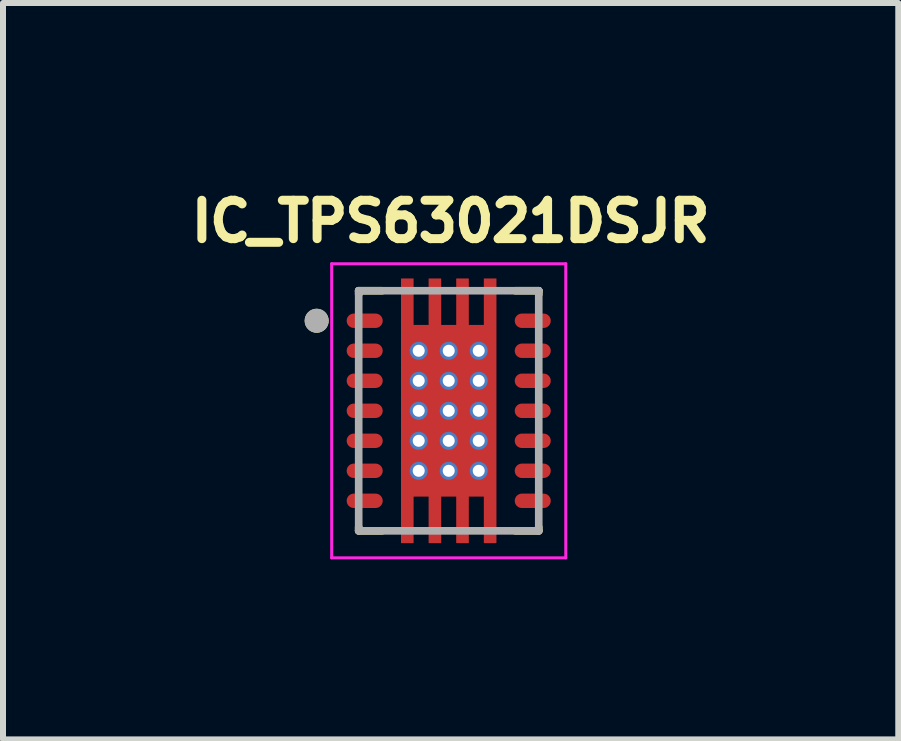
<source format=kicad_pcb>
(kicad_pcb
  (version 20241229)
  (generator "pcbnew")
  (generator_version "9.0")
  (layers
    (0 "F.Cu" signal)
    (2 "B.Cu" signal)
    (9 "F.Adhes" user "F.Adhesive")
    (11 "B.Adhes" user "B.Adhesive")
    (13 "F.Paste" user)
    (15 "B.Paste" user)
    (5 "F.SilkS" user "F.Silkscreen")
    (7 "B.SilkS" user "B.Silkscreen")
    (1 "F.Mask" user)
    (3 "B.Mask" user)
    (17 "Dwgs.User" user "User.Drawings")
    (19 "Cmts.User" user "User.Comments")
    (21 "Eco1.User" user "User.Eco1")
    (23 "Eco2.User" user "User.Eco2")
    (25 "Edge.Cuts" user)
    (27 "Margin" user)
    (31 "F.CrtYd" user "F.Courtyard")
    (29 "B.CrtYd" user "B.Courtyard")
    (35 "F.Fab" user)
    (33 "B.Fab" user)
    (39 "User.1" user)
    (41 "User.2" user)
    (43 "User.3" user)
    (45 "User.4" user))
  (footprint "IC_TPS63021DSJR"
    (layer "F.Cu")
    (at 4.426 3.794)
    (property "Reference" "IC_TPS63021DSJR" (at 0.032 -3.156 0) (layer "F.SilkS") (effects (font (size 0.64 0.64) (thickness 0.15))))
    (attr through_hole)
    (fp_poly (pts (xy -0.86 -2.27) (xy -0.52 -2.27) (xy -0.52 -1.495) (xy -0.4 -1.495) (xy -0.4 -2.27) (xy -0.06 -2.27) (xy -0.06 -1.495) (xy 0.06 -1.495) (xy 0.06 -2.27) (xy 0.4 -2.27) (xy 0.4 -1.495) (xy 0.52 -1.495) (xy 0.52 -2.27) (xy 0.86 -2.27) (xy 0.86 2.27) (xy 0.52 2.27) (xy 0.52 1.495) (xy 0.4 1.495) (xy 0.4 2.27) (xy 0.06 2.27) (xy 0.06 1.495) (xy -0.06 1.495) (xy -0.06 2.27) (xy -0.4 2.27) (xy -0.4 1.495) (xy -0.52 1.495) (xy -0.52 2.27) (xy -0.86 2.27)) (stroke (width 0.01) (type solid)) (fill yes) (layer "F.Mask"))
    (fp_poly (pts (xy -1.22 -1.69) (xy -1.21 -1.69) (xy -1.2 -1.689) (xy -1.19 -1.688) (xy -1.18 -1.686) (xy -1.171 -1.684) (xy -1.161 -1.681) (xy -1.152 -1.677) (xy -1.143 -1.674) (xy -1.134 -1.669) (xy -1.125 -1.665) (xy -1.117 -1.659) (xy -1.108 -1.654) (xy -1.1 -1.648) (xy -1.093 -1.641) (xy -1.086 -1.634) (xy -1.079 -1.627) (xy -1.072 -1.62) (xy -1.066 -1.612) (xy -1.061 -1.603) (xy -1.055 -1.595) (xy -1.051 -1.586) (xy -1.046 -1.577) (xy -1.043 -1.568) (xy -1.039 -1.559) (xy -1.036 -1.549) (xy -1.034 -1.54) (xy -1.032 -1.53) (xy -1.031 -1.52) (xy -1.03 -1.51) (xy -1.03 -1.5) (xy -1.03 -1.49) (xy -1.031 -1.48) (xy -1.032 -1.47) (xy -1.034 -1.46) (xy -1.036 -1.451) (xy -1.039 -1.441) (xy -1.043 -1.432) (xy -1.046 -1.423) (xy -1.051 -1.414) (xy -1.055 -1.405) (xy -1.061 -1.397) (xy -1.066 -1.388) (xy -1.072 -1.38) (xy -1.079 -1.373) (xy -1.086 -1.366) (xy -1.093 -1.359) (xy -1.1 -1.352) (xy -1.108 -1.346) (xy -1.117 -1.341) (xy -1.125 -1.335) (xy -1.134 -1.331) (xy -1.143 -1.326) (xy -1.152 -1.323) (xy -1.161 -1.319) (xy -1.171 -1.316) (xy -1.18 -1.314) (xy -1.19 -1.312) (xy -1.2 -1.311) (xy -1.21 -1.31) (xy -1.22 -1.31) (xy -1.58 -1.31) (xy -1.59 -1.31) (xy -1.6 -1.311) (xy -1.61 -1.312) (xy -1.62 -1.314) (xy -1.629 -1.316) (xy -1.639 -1.319) (xy -1.648 -1.323) (xy -1.657 -1.326) (xy -1.666 -1.331) (xy -1.675 -1.335) (xy -1.683 -1.341) (xy -1.692 -1.346) (xy -1.7 -1.352) (xy -1.707 -1.359) (xy -1.714 -1.366) (xy -1.721 -1.373) (xy -1.728 -1.38) (xy -1.734 -1.388) (xy -1.739 -1.397) (xy -1.745 -1.405) (xy -1.749 -1.414) (xy -1.754 -1.423) (xy -1.757 -1.432) (xy -1.761 -1.441) (xy -1.764 -1.451) (xy -1.766 -1.46) (xy -1.768 -1.47) (xy -1.769 -1.48) (xy -1.77 -1.49) (xy -1.77 -1.5) (xy -1.77 -1.51) (xy -1.769 -1.52) (xy -1.768 -1.53) (xy -1.766 -1.54) (xy -1.764 -1.549) (xy -1.761 -1.559) (xy -1.757 -1.568) (xy -1.754 -1.577) (xy -1.749 -1.586) (xy -1.745 -1.595) (xy -1.739 -1.603) (xy -1.734 -1.612) (xy -1.728 -1.62) (xy -1.721 -1.627) (xy -1.714 -1.634) (xy -1.707 -1.641) (xy -1.7 -1.648) (xy -1.692 -1.654) (xy -1.683 -1.659) (xy -1.675 -1.665) (xy -1.666 -1.669) (xy -1.657 -1.674) (xy -1.648 -1.677) (xy -1.639 -1.681) (xy -1.629 -1.684) (xy -1.62 -1.686) (xy -1.61 -1.688) (xy -1.6 -1.689) (xy -1.59 -1.69) (xy -1.58 -1.69) (xy -1.22 -1.69)) (stroke (width 0.01) (type solid)) (fill yes) (layer "F.Mask"))
    (fp_poly (pts (xy -1.22 -1.19) (xy -1.21 -1.19) (xy -1.2 -1.189) (xy -1.19 -1.188) (xy -1.18 -1.186) (xy -1.171 -1.184) (xy -1.161 -1.181) (xy -1.152 -1.177) (xy -1.143 -1.174) (xy -1.134 -1.169) (xy -1.125 -1.165) (xy -1.117 -1.159) (xy -1.108 -1.154) (xy -1.1 -1.148) (xy -1.093 -1.141) (xy -1.086 -1.134) (xy -1.079 -1.127) (xy -1.072 -1.12) (xy -1.066 -1.112) (xy -1.061 -1.103) (xy -1.055 -1.095) (xy -1.051 -1.086) (xy -1.046 -1.077) (xy -1.043 -1.068) (xy -1.039 -1.059) (xy -1.036 -1.049) (xy -1.034 -1.04) (xy -1.032 -1.03) (xy -1.031 -1.02) (xy -1.03 -1.01) (xy -1.03 -1) (xy -1.03 -0.99) (xy -1.031 -0.98) (xy -1.032 -0.97) (xy -1.034 -0.96) (xy -1.036 -0.951) (xy -1.039 -0.941) (xy -1.043 -0.932) (xy -1.046 -0.923) (xy -1.051 -0.914) (xy -1.055 -0.905) (xy -1.061 -0.897) (xy -1.066 -0.888) (xy -1.072 -0.88) (xy -1.079 -0.873) (xy -1.086 -0.866) (xy -1.093 -0.859) (xy -1.1 -0.852) (xy -1.108 -0.846) (xy -1.117 -0.841) (xy -1.125 -0.835) (xy -1.134 -0.831) (xy -1.143 -0.826) (xy -1.152 -0.823) (xy -1.161 -0.819) (xy -1.171 -0.816) (xy -1.18 -0.814) (xy -1.19 -0.812) (xy -1.2 -0.811) (xy -1.21 -0.81) (xy -1.22 -0.81) (xy -1.58 -0.81) (xy -1.59 -0.81) (xy -1.6 -0.811) (xy -1.61 -0.812) (xy -1.62 -0.814) (xy -1.629 -0.816) (xy -1.639 -0.819) (xy -1.648 -0.823) (xy -1.657 -0.826) (xy -1.666 -0.831) (xy -1.675 -0.835) (xy -1.683 -0.841) (xy -1.692 -0.846) (xy -1.7 -0.852) (xy -1.707 -0.859) (xy -1.714 -0.866) (xy -1.721 -0.873) (xy -1.728 -0.88) (xy -1.734 -0.888) (xy -1.739 -0.897) (xy -1.745 -0.905) (xy -1.749 -0.914) (xy -1.754 -0.923) (xy -1.757 -0.932) (xy -1.761 -0.941) (xy -1.764 -0.951) (xy -1.766 -0.96) (xy -1.768 -0.97) (xy -1.769 -0.98) (xy -1.77 -0.99) (xy -1.77 -1) (xy -1.77 -1.01) (xy -1.769 -1.02) (xy -1.768 -1.03) (xy -1.766 -1.04) (xy -1.764 -1.049) (xy -1.761 -1.059) (xy -1.757 -1.068) (xy -1.754 -1.077) (xy -1.749 -1.086) (xy -1.745 -1.095) (xy -1.739 -1.103) (xy -1.734 -1.112) (xy -1.728 -1.12) (xy -1.721 -1.127) (xy -1.714 -1.134) (xy -1.707 -1.141) (xy -1.7 -1.148) (xy -1.692 -1.154) (xy -1.683 -1.159) (xy -1.675 -1.165) (xy -1.666 -1.169) (xy -1.657 -1.174) (xy -1.648 -1.177) (xy -1.639 -1.181) (xy -1.629 -1.184) (xy -1.62 -1.186) (xy -1.61 -1.188) (xy -1.6 -1.189) (xy -1.59 -1.19) (xy -1.58 -1.19) (xy -1.22 -1.19)) (stroke (width 0.01) (type solid)) (fill yes) (layer "F.Mask"))
    (fp_poly (pts (xy -1.22 -0.69) (xy -1.21 -0.69) (xy -1.2 -0.689) (xy -1.19 -0.688) (xy -1.18 -0.686) (xy -1.171 -0.684) (xy -1.161 -0.681) (xy -1.152 -0.677) (xy -1.143 -0.674) (xy -1.134 -0.669) (xy -1.125 -0.665) (xy -1.117 -0.659) (xy -1.108 -0.654) (xy -1.1 -0.648) (xy -1.093 -0.641) (xy -1.086 -0.634) (xy -1.079 -0.627) (xy -1.072 -0.62) (xy -1.066 -0.612) (xy -1.061 -0.603) (xy -1.055 -0.595) (xy -1.051 -0.586) (xy -1.046 -0.577) (xy -1.043 -0.568) (xy -1.039 -0.559) (xy -1.036 -0.549) (xy -1.034 -0.54) (xy -1.032 -0.53) (xy -1.031 -0.52) (xy -1.03 -0.51) (xy -1.03 -0.5) (xy -1.03 -0.49) (xy -1.031 -0.48) (xy -1.032 -0.47) (xy -1.034 -0.46) (xy -1.036 -0.451) (xy -1.039 -0.441) (xy -1.043 -0.432) (xy -1.046 -0.423) (xy -1.051 -0.414) (xy -1.055 -0.405) (xy -1.061 -0.397) (xy -1.066 -0.388) (xy -1.072 -0.38) (xy -1.079 -0.373) (xy -1.086 -0.366) (xy -1.093 -0.359) (xy -1.1 -0.352) (xy -1.108 -0.346) (xy -1.117 -0.341) (xy -1.125 -0.335) (xy -1.134 -0.331) (xy -1.143 -0.326) (xy -1.152 -0.323) (xy -1.161 -0.319) (xy -1.171 -0.316) (xy -1.18 -0.314) (xy -1.19 -0.312) (xy -1.2 -0.311) (xy -1.21 -0.31) (xy -1.22 -0.31) (xy -1.58 -0.31) (xy -1.59 -0.31) (xy -1.6 -0.311) (xy -1.61 -0.312) (xy -1.62 -0.314) (xy -1.629 -0.316) (xy -1.639 -0.319) (xy -1.648 -0.323) (xy -1.657 -0.326) (xy -1.666 -0.331) (xy -1.675 -0.335) (xy -1.683 -0.341) (xy -1.692 -0.346) (xy -1.7 -0.352) (xy -1.707 -0.359) (xy -1.714 -0.366) (xy -1.721 -0.373) (xy -1.728 -0.38) (xy -1.734 -0.388) (xy -1.739 -0.397) (xy -1.745 -0.405) (xy -1.749 -0.414) (xy -1.754 -0.423) (xy -1.757 -0.432) (xy -1.761 -0.441) (xy -1.764 -0.451) (xy -1.766 -0.46) (xy -1.768 -0.47) (xy -1.769 -0.48) (xy -1.77 -0.49) (xy -1.77 -0.5) (xy -1.77 -0.51) (xy -1.769 -0.52) (xy -1.768 -0.53) (xy -1.766 -0.54) (xy -1.764 -0.549) (xy -1.761 -0.559) (xy -1.757 -0.568) (xy -1.754 -0.577) (xy -1.749 -0.586) (xy -1.745 -0.595) (xy -1.739 -0.603) (xy -1.734 -0.612) (xy -1.728 -0.62) (xy -1.721 -0.627) (xy -1.714 -0.634) (xy -1.707 -0.641) (xy -1.7 -0.648) (xy -1.692 -0.654) (xy -1.683 -0.659) (xy -1.675 -0.665) (xy -1.666 -0.669) (xy -1.657 -0.674) (xy -1.648 -0.677) (xy -1.639 -0.681) (xy -1.629 -0.684) (xy -1.62 -0.686) (xy -1.61 -0.688) (xy -1.6 -0.689) (xy -1.59 -0.69) (xy -1.58 -0.69) (xy -1.22 -0.69)) (stroke (width 0.01) (type solid)) (fill yes) (layer "F.Mask"))
    (fp_poly (pts (xy -1.22 -0.19) (xy -1.21 -0.19) (xy -1.2 -0.189) (xy -1.19 -0.188) (xy -1.18 -0.186) (xy -1.171 -0.184) (xy -1.161 -0.181) (xy -1.152 -0.177) (xy -1.143 -0.174) (xy -1.134 -0.169) (xy -1.125 -0.165) (xy -1.117 -0.159) (xy -1.108 -0.154) (xy -1.1 -0.148) (xy -1.093 -0.141) (xy -1.086 -0.134) (xy -1.079 -0.127) (xy -1.072 -0.12) (xy -1.066 -0.112) (xy -1.061 -0.103) (xy -1.055 -0.095) (xy -1.051 -0.086) (xy -1.046 -0.077) (xy -1.043 -0.068) (xy -1.039 -0.059) (xy -1.036 -0.049) (xy -1.034 -0.04) (xy -1.032 -0.03) (xy -1.031 -0.02) (xy -1.03 -0.01) (xy -1.03 0) (xy -1.03 0.01) (xy -1.031 0.02) (xy -1.032 0.03) (xy -1.034 0.04) (xy -1.036 0.049) (xy -1.039 0.059) (xy -1.043 0.068) (xy -1.046 0.077) (xy -1.051 0.086) (xy -1.055 0.095) (xy -1.061 0.103) (xy -1.066 0.112) (xy -1.072 0.12) (xy -1.079 0.127) (xy -1.086 0.134) (xy -1.093 0.141) (xy -1.1 0.148) (xy -1.108 0.154) (xy -1.117 0.159) (xy -1.125 0.165) (xy -1.134 0.169) (xy -1.143 0.174) (xy -1.152 0.177) (xy -1.161 0.181) (xy -1.171 0.184) (xy -1.18 0.186) (xy -1.19 0.188) (xy -1.2 0.189) (xy -1.21 0.19) (xy -1.22 0.19) (xy -1.58 0.19) (xy -1.59 0.19) (xy -1.6 0.189) (xy -1.61 0.188) (xy -1.62 0.186) (xy -1.629 0.184) (xy -1.639 0.181) (xy -1.648 0.177) (xy -1.657 0.174) (xy -1.666 0.169) (xy -1.675 0.165) (xy -1.683 0.159) (xy -1.692 0.154) (xy -1.7 0.148) (xy -1.707 0.141) (xy -1.714 0.134) (xy -1.721 0.127) (xy -1.728 0.12) (xy -1.734 0.112) (xy -1.739 0.103) (xy -1.745 0.095) (xy -1.749 0.086) (xy -1.754 0.077) (xy -1.757 0.068) (xy -1.761 0.059) (xy -1.764 0.049) (xy -1.766 0.04) (xy -1.768 0.03) (xy -1.769 0.02) (xy -1.77 0.01) (xy -1.77 0) (xy -1.77 -0.01) (xy -1.769 -0.02) (xy -1.768 -0.03) (xy -1.766 -0.04) (xy -1.764 -0.049) (xy -1.761 -0.059) (xy -1.757 -0.068) (xy -1.754 -0.077) (xy -1.749 -0.086) (xy -1.745 -0.095) (xy -1.739 -0.103) (xy -1.734 -0.112) (xy -1.728 -0.12) (xy -1.721 -0.127) (xy -1.714 -0.134) (xy -1.707 -0.141) (xy -1.7 -0.148) (xy -1.692 -0.154) (xy -1.683 -0.159) (xy -1.675 -0.165) (xy -1.666 -0.169) (xy -1.657 -0.174) (xy -1.648 -0.177) (xy -1.639 -0.181) (xy -1.629 -0.184) (xy -1.62 -0.186) (xy -1.61 -0.188) (xy -1.6 -0.189) (xy -1.59 -0.19) (xy -1.58 -0.19) (xy -1.22 -0.19)) (stroke (width 0.01) (type solid)) (fill yes) (layer "F.Mask"))
    (fp_poly (pts (xy -1.22 0.31) (xy -1.21 0.31) (xy -1.2 0.311) (xy -1.19 0.312) (xy -1.18 0.314) (xy -1.171 0.316) (xy -1.161 0.319) (xy -1.152 0.323) (xy -1.143 0.326) (xy -1.134 0.331) (xy -1.125 0.335) (xy -1.117 0.341) (xy -1.108 0.346) (xy -1.1 0.352) (xy -1.093 0.359) (xy -1.086 0.366) (xy -1.079 0.373) (xy -1.072 0.38) (xy -1.066 0.388) (xy -1.061 0.397) (xy -1.055 0.405) (xy -1.051 0.414) (xy -1.046 0.423) (xy -1.043 0.432) (xy -1.039 0.441) (xy -1.036 0.451) (xy -1.034 0.46) (xy -1.032 0.47) (xy -1.031 0.48) (xy -1.03 0.49) (xy -1.03 0.5) (xy -1.03 0.51) (xy -1.031 0.52) (xy -1.032 0.53) (xy -1.034 0.54) (xy -1.036 0.549) (xy -1.039 0.559) (xy -1.043 0.568) (xy -1.046 0.577) (xy -1.051 0.586) (xy -1.055 0.595) (xy -1.061 0.603) (xy -1.066 0.612) (xy -1.072 0.62) (xy -1.079 0.627) (xy -1.086 0.634) (xy -1.093 0.641) (xy -1.1 0.648) (xy -1.108 0.654) (xy -1.117 0.659) (xy -1.125 0.665) (xy -1.134 0.669) (xy -1.143 0.674) (xy -1.152 0.677) (xy -1.161 0.681) (xy -1.171 0.684) (xy -1.18 0.686) (xy -1.19 0.688) (xy -1.2 0.689) (xy -1.21 0.69) (xy -1.22 0.69) (xy -1.58 0.69) (xy -1.59 0.69) (xy -1.6 0.689) (xy -1.61 0.688) (xy -1.62 0.686) (xy -1.629 0.684) (xy -1.639 0.681) (xy -1.648 0.677) (xy -1.657 0.674) (xy -1.666 0.669) (xy -1.675 0.665) (xy -1.683 0.659) (xy -1.692 0.654) (xy -1.7 0.648) (xy -1.707 0.641) (xy -1.714 0.634) (xy -1.721 0.627) (xy -1.728 0.62) (xy -1.734 0.612) (xy -1.739 0.603) (xy -1.745 0.595) (xy -1.749 0.586) (xy -1.754 0.577) (xy -1.757 0.568) (xy -1.761 0.559) (xy -1.764 0.549) (xy -1.766 0.54) (xy -1.768 0.53) (xy -1.769 0.52) (xy -1.77 0.51) (xy -1.77 0.5) (xy -1.77 0.49) (xy -1.769 0.48) (xy -1.768 0.47) (xy -1.766 0.46) (xy -1.764 0.451) (xy -1.761 0.441) (xy -1.757 0.432) (xy -1.754 0.423) (xy -1.749 0.414) (xy -1.745 0.405) (xy -1.739 0.397) (xy -1.734 0.388) (xy -1.728 0.38) (xy -1.721 0.373) (xy -1.714 0.366) (xy -1.707 0.359) (xy -1.7 0.352) (xy -1.692 0.346) (xy -1.683 0.341) (xy -1.675 0.335) (xy -1.666 0.331) (xy -1.657 0.326) (xy -1.648 0.323) (xy -1.639 0.319) (xy -1.629 0.316) (xy -1.62 0.314) (xy -1.61 0.312) (xy -1.6 0.311) (xy -1.59 0.31) (xy -1.58 0.31) (xy -1.22 0.31)) (stroke (width 0.01) (type solid)) (fill yes) (layer "F.Mask"))
    (fp_poly (pts (xy -1.22 0.81) (xy -1.21 0.81) (xy -1.2 0.811) (xy -1.19 0.812) (xy -1.18 0.814) (xy -1.171 0.816) (xy -1.161 0.819) (xy -1.152 0.823) (xy -1.143 0.826) (xy -1.134 0.831) (xy -1.125 0.835) (xy -1.117 0.841) (xy -1.108 0.846) (xy -1.1 0.852) (xy -1.093 0.859) (xy -1.086 0.866) (xy -1.079 0.873) (xy -1.072 0.88) (xy -1.066 0.888) (xy -1.061 0.897) (xy -1.055 0.905) (xy -1.051 0.914) (xy -1.046 0.923) (xy -1.043 0.932) (xy -1.039 0.941) (xy -1.036 0.951) (xy -1.034 0.96) (xy -1.032 0.97) (xy -1.031 0.98) (xy -1.03 0.99) (xy -1.03 1) (xy -1.03 1.01) (xy -1.031 1.02) (xy -1.032 1.03) (xy -1.034 1.04) (xy -1.036 1.049) (xy -1.039 1.059) (xy -1.043 1.068) (xy -1.046 1.077) (xy -1.051 1.086) (xy -1.055 1.095) (xy -1.061 1.103) (xy -1.066 1.112) (xy -1.072 1.12) (xy -1.079 1.127) (xy -1.086 1.134) (xy -1.093 1.141) (xy -1.1 1.148) (xy -1.108 1.154) (xy -1.117 1.159) (xy -1.125 1.165) (xy -1.134 1.169) (xy -1.143 1.174) (xy -1.152 1.177) (xy -1.161 1.181) (xy -1.171 1.184) (xy -1.18 1.186) (xy -1.19 1.188) (xy -1.2 1.189) (xy -1.21 1.19) (xy -1.22 1.19) (xy -1.58 1.19) (xy -1.59 1.19) (xy -1.6 1.189) (xy -1.61 1.188) (xy -1.62 1.186) (xy -1.629 1.184) (xy -1.639 1.181) (xy -1.648 1.177) (xy -1.657 1.174) (xy -1.666 1.169) (xy -1.675 1.165) (xy -1.683 1.159) (xy -1.692 1.154) (xy -1.7 1.148) (xy -1.707 1.141) (xy -1.714 1.134) (xy -1.721 1.127) (xy -1.728 1.12) (xy -1.734 1.112) (xy -1.739 1.103) (xy -1.745 1.095) (xy -1.749 1.086) (xy -1.754 1.077) (xy -1.757 1.068) (xy -1.761 1.059) (xy -1.764 1.049) (xy -1.766 1.04) (xy -1.768 1.03) (xy -1.769 1.02) (xy -1.77 1.01) (xy -1.77 1) (xy -1.77 0.99) (xy -1.769 0.98) (xy -1.768 0.97) (xy -1.766 0.96) (xy -1.764 0.951) (xy -1.761 0.941) (xy -1.757 0.932) (xy -1.754 0.923) (xy -1.749 0.914) (xy -1.745 0.905) (xy -1.739 0.897) (xy -1.734 0.888) (xy -1.728 0.88) (xy -1.721 0.873) (xy -1.714 0.866) (xy -1.707 0.859) (xy -1.7 0.852) (xy -1.692 0.846) (xy -1.683 0.841) (xy -1.675 0.835) (xy -1.666 0.831) (xy -1.657 0.826) (xy -1.648 0.823) (xy -1.639 0.819) (xy -1.629 0.816) (xy -1.62 0.814) (xy -1.61 0.812) (xy -1.6 0.811) (xy -1.59 0.81) (xy -1.58 0.81) (xy -1.22 0.81)) (stroke (width 0.01) (type solid)) (fill yes) (layer "F.Mask"))
    (fp_poly (pts (xy -1.22 1.31) (xy -1.21 1.31) (xy -1.2 1.311) (xy -1.19 1.312) (xy -1.18 1.314) (xy -1.171 1.316) (xy -1.161 1.319) (xy -1.152 1.323) (xy -1.143 1.326) (xy -1.134 1.331) (xy -1.125 1.335) (xy -1.117 1.341) (xy -1.108 1.346) (xy -1.1 1.352) (xy -1.093 1.359) (xy -1.086 1.366) (xy -1.079 1.373) (xy -1.072 1.38) (xy -1.066 1.388) (xy -1.061 1.397) (xy -1.055 1.405) (xy -1.051 1.414) (xy -1.046 1.423) (xy -1.043 1.432) (xy -1.039 1.441) (xy -1.036 1.451) (xy -1.034 1.46) (xy -1.032 1.47) (xy -1.031 1.48) (xy -1.03 1.49) (xy -1.03 1.5) (xy -1.03 1.51) (xy -1.031 1.52) (xy -1.032 1.53) (xy -1.034 1.54) (xy -1.036 1.549) (xy -1.039 1.559) (xy -1.043 1.568) (xy -1.046 1.577) (xy -1.051 1.586) (xy -1.055 1.595) (xy -1.061 1.603) (xy -1.066 1.612) (xy -1.072 1.62) (xy -1.079 1.627) (xy -1.086 1.634) (xy -1.093 1.641) (xy -1.1 1.648) (xy -1.108 1.654) (xy -1.117 1.659) (xy -1.125 1.665) (xy -1.134 1.669) (xy -1.143 1.674) (xy -1.152 1.677) (xy -1.161 1.681) (xy -1.171 1.684) (xy -1.18 1.686) (xy -1.19 1.688) (xy -1.2 1.689) (xy -1.21 1.69) (xy -1.22 1.69) (xy -1.58 1.69) (xy -1.59 1.69) (xy -1.6 1.689) (xy -1.61 1.688) (xy -1.62 1.686) (xy -1.629 1.684) (xy -1.639 1.681) (xy -1.648 1.677) (xy -1.657 1.674) (xy -1.666 1.669) (xy -1.675 1.665) (xy -1.683 1.659) (xy -1.692 1.654) (xy -1.7 1.648) (xy -1.707 1.641) (xy -1.714 1.634) (xy -1.721 1.627) (xy -1.728 1.62) (xy -1.734 1.612) (xy -1.739 1.603) (xy -1.745 1.595) (xy -1.749 1.586) (xy -1.754 1.577) (xy -1.757 1.568) (xy -1.761 1.559) (xy -1.764 1.549) (xy -1.766 1.54) (xy -1.768 1.53) (xy -1.769 1.52) (xy -1.77 1.51) (xy -1.77 1.5) (xy -1.77 1.49) (xy -1.769 1.48) (xy -1.768 1.47) (xy -1.766 1.46) (xy -1.764 1.451) (xy -1.761 1.441) (xy -1.757 1.432) (xy -1.754 1.423) (xy -1.749 1.414) (xy -1.745 1.405) (xy -1.739 1.397) (xy -1.734 1.388) (xy -1.728 1.38) (xy -1.721 1.373) (xy -1.714 1.366) (xy -1.707 1.359) (xy -1.7 1.352) (xy -1.692 1.346) (xy -1.683 1.341) (xy -1.675 1.335) (xy -1.666 1.331) (xy -1.657 1.326) (xy -1.648 1.323) (xy -1.639 1.319) (xy -1.629 1.316) (xy -1.62 1.314) (xy -1.61 1.312) (xy -1.6 1.311) (xy -1.59 1.31) (xy -1.58 1.31) (xy -1.22 1.31)) (stroke (width 0.01) (type solid)) (fill yes) (layer "F.Mask"))
    (fp_poly (pts (xy 1.58 -1.69) (xy 1.59 -1.69) (xy 1.6 -1.689) (xy 1.61 -1.688) (xy 1.62 -1.686) (xy 1.629 -1.684) (xy 1.639 -1.681) (xy 1.648 -1.677) (xy 1.657 -1.674) (xy 1.666 -1.669) (xy 1.675 -1.665) (xy 1.683 -1.659) (xy 1.692 -1.654) (xy 1.7 -1.648) (xy 1.707 -1.641) (xy 1.714 -1.634) (xy 1.721 -1.627) (xy 1.728 -1.62) (xy 1.734 -1.612) (xy 1.739 -1.603) (xy 1.745 -1.595) (xy 1.749 -1.586) (xy 1.754 -1.577) (xy 1.757 -1.568) (xy 1.761 -1.559) (xy 1.764 -1.549) (xy 1.766 -1.54) (xy 1.768 -1.53) (xy 1.769 -1.52) (xy 1.77 -1.51) (xy 1.77 -1.5) (xy 1.77 -1.49) (xy 1.769 -1.48) (xy 1.768 -1.47) (xy 1.766 -1.46) (xy 1.764 -1.451) (xy 1.761 -1.441) (xy 1.757 -1.432) (xy 1.754 -1.423) (xy 1.749 -1.414) (xy 1.745 -1.405) (xy 1.739 -1.397) (xy 1.734 -1.388) (xy 1.728 -1.38) (xy 1.721 -1.373) (xy 1.714 -1.366) (xy 1.707 -1.359) (xy 1.7 -1.352) (xy 1.692 -1.346) (xy 1.683 -1.341) (xy 1.675 -1.335) (xy 1.666 -1.331) (xy 1.657 -1.326) (xy 1.648 -1.323) (xy 1.639 -1.319) (xy 1.629 -1.316) (xy 1.62 -1.314) (xy 1.61 -1.312) (xy 1.6 -1.311) (xy 1.59 -1.31) (xy 1.58 -1.31) (xy 1.22 -1.31) (xy 1.21 -1.31) (xy 1.2 -1.311) (xy 1.19 -1.312) (xy 1.18 -1.314) (xy 1.171 -1.316) (xy 1.161 -1.319) (xy 1.152 -1.323) (xy 1.143 -1.326) (xy 1.134 -1.331) (xy 1.125 -1.335) (xy 1.117 -1.341) (xy 1.108 -1.346) (xy 1.1 -1.352) (xy 1.093 -1.359) (xy 1.086 -1.366) (xy 1.079 -1.373) (xy 1.072 -1.38) (xy 1.066 -1.388) (xy 1.061 -1.397) (xy 1.055 -1.405) (xy 1.051 -1.414) (xy 1.046 -1.423) (xy 1.043 -1.432) (xy 1.039 -1.441) (xy 1.036 -1.451) (xy 1.034 -1.46) (xy 1.032 -1.47) (xy 1.031 -1.48) (xy 1.03 -1.49) (xy 1.03 -1.5) (xy 1.03 -1.51) (xy 1.031 -1.52) (xy 1.032 -1.53) (xy 1.034 -1.54) (xy 1.036 -1.549) (xy 1.039 -1.559) (xy 1.043 -1.568) (xy 1.046 -1.577) (xy 1.051 -1.586) (xy 1.055 -1.595) (xy 1.061 -1.603) (xy 1.066 -1.612) (xy 1.072 -1.62) (xy 1.079 -1.627) (xy 1.086 -1.634) (xy 1.093 -1.641) (xy 1.1 -1.648) (xy 1.108 -1.654) (xy 1.117 -1.659) (xy 1.125 -1.665) (xy 1.134 -1.669) (xy 1.143 -1.674) (xy 1.152 -1.677) (xy 1.161 -1.681) (xy 1.171 -1.684) (xy 1.18 -1.686) (xy 1.19 -1.688) (xy 1.2 -1.689) (xy 1.21 -1.69) (xy 1.22 -1.69) (xy 1.58 -1.69)) (stroke (width 0.01) (type solid)) (fill yes) (layer "F.Mask"))
    (fp_poly (pts (xy 1.58 -1.19) (xy 1.59 -1.19) (xy 1.6 -1.189) (xy 1.61 -1.188) (xy 1.62 -1.186) (xy 1.629 -1.184) (xy 1.639 -1.181) (xy 1.648 -1.177) (xy 1.657 -1.174) (xy 1.666 -1.169) (xy 1.675 -1.165) (xy 1.683 -1.159) (xy 1.692 -1.154) (xy 1.7 -1.148) (xy 1.707 -1.141) (xy 1.714 -1.134) (xy 1.721 -1.127) (xy 1.728 -1.12) (xy 1.734 -1.112) (xy 1.739 -1.103) (xy 1.745 -1.095) (xy 1.749 -1.086) (xy 1.754 -1.077) (xy 1.757 -1.068) (xy 1.761 -1.059) (xy 1.764 -1.049) (xy 1.766 -1.04) (xy 1.768 -1.03) (xy 1.769 -1.02) (xy 1.77 -1.01) (xy 1.77 -1) (xy 1.77 -0.99) (xy 1.769 -0.98) (xy 1.768 -0.97) (xy 1.766 -0.96) (xy 1.764 -0.951) (xy 1.761 -0.941) (xy 1.757 -0.932) (xy 1.754 -0.923) (xy 1.749 -0.914) (xy 1.745 -0.905) (xy 1.739 -0.897) (xy 1.734 -0.888) (xy 1.728 -0.88) (xy 1.721 -0.873) (xy 1.714 -0.866) (xy 1.707 -0.859) (xy 1.7 -0.852) (xy 1.692 -0.846) (xy 1.683 -0.841) (xy 1.675 -0.835) (xy 1.666 -0.831) (xy 1.657 -0.826) (xy 1.648 -0.823) (xy 1.639 -0.819) (xy 1.629 -0.816) (xy 1.62 -0.814) (xy 1.61 -0.812) (xy 1.6 -0.811) (xy 1.59 -0.81) (xy 1.58 -0.81) (xy 1.22 -0.81) (xy 1.21 -0.81) (xy 1.2 -0.811) (xy 1.19 -0.812) (xy 1.18 -0.814) (xy 1.171 -0.816) (xy 1.161 -0.819) (xy 1.152 -0.823) (xy 1.143 -0.826) (xy 1.134 -0.831) (xy 1.125 -0.835) (xy 1.117 -0.841) (xy 1.108 -0.846) (xy 1.1 -0.852) (xy 1.093 -0.859) (xy 1.086 -0.866) (xy 1.079 -0.873) (xy 1.072 -0.88) (xy 1.066 -0.888) (xy 1.061 -0.897) (xy 1.055 -0.905) (xy 1.051 -0.914) (xy 1.046 -0.923) (xy 1.043 -0.932) (xy 1.039 -0.941) (xy 1.036 -0.951) (xy 1.034 -0.96) (xy 1.032 -0.97) (xy 1.031 -0.98) (xy 1.03 -0.99) (xy 1.03 -1) (xy 1.03 -1.01) (xy 1.031 -1.02) (xy 1.032 -1.03) (xy 1.034 -1.04) (xy 1.036 -1.049) (xy 1.039 -1.059) (xy 1.043 -1.068) (xy 1.046 -1.077) (xy 1.051 -1.086) (xy 1.055 -1.095) (xy 1.061 -1.103) (xy 1.066 -1.112) (xy 1.072 -1.12) (xy 1.079 -1.127) (xy 1.086 -1.134) (xy 1.093 -1.141) (xy 1.1 -1.148) (xy 1.108 -1.154) (xy 1.117 -1.159) (xy 1.125 -1.165) (xy 1.134 -1.169) (xy 1.143 -1.174) (xy 1.152 -1.177) (xy 1.161 -1.181) (xy 1.171 -1.184) (xy 1.18 -1.186) (xy 1.19 -1.188) (xy 1.2 -1.189) (xy 1.21 -1.19) (xy 1.22 -1.19) (xy 1.58 -1.19)) (stroke (width 0.01) (type solid)) (fill yes) (layer "F.Mask"))
    (fp_poly (pts (xy 1.58 -0.69) (xy 1.59 -0.69) (xy 1.6 -0.689) (xy 1.61 -0.688) (xy 1.62 -0.686) (xy 1.629 -0.684) (xy 1.639 -0.681) (xy 1.648 -0.677) (xy 1.657 -0.674) (xy 1.666 -0.669) (xy 1.675 -0.665) (xy 1.683 -0.659) (xy 1.692 -0.654) (xy 1.7 -0.648) (xy 1.707 -0.641) (xy 1.714 -0.634) (xy 1.721 -0.627) (xy 1.728 -0.62) (xy 1.734 -0.612) (xy 1.739 -0.603) (xy 1.745 -0.595) (xy 1.749 -0.586) (xy 1.754 -0.577) (xy 1.757 -0.568) (xy 1.761 -0.559) (xy 1.764 -0.549) (xy 1.766 -0.54) (xy 1.768 -0.53) (xy 1.769 -0.52) (xy 1.77 -0.51) (xy 1.77 -0.5) (xy 1.77 -0.49) (xy 1.769 -0.48) (xy 1.768 -0.47) (xy 1.766 -0.46) (xy 1.764 -0.451) (xy 1.761 -0.441) (xy 1.757 -0.432) (xy 1.754 -0.423) (xy 1.749 -0.414) (xy 1.745 -0.405) (xy 1.739 -0.397) (xy 1.734 -0.388) (xy 1.728 -0.38) (xy 1.721 -0.373) (xy 1.714 -0.366) (xy 1.707 -0.359) (xy 1.7 -0.352) (xy 1.692 -0.346) (xy 1.683 -0.341) (xy 1.675 -0.335) (xy 1.666 -0.331) (xy 1.657 -0.326) (xy 1.648 -0.323) (xy 1.639 -0.319) (xy 1.629 -0.316) (xy 1.62 -0.314) (xy 1.61 -0.312) (xy 1.6 -0.311) (xy 1.59 -0.31) (xy 1.58 -0.31) (xy 1.22 -0.31) (xy 1.21 -0.31) (xy 1.2 -0.311) (xy 1.19 -0.312) (xy 1.18 -0.314) (xy 1.171 -0.316) (xy 1.161 -0.319) (xy 1.152 -0.323) (xy 1.143 -0.326) (xy 1.134 -0.331) (xy 1.125 -0.335) (xy 1.117 -0.341) (xy 1.108 -0.346) (xy 1.1 -0.352) (xy 1.093 -0.359) (xy 1.086 -0.366) (xy 1.079 -0.373) (xy 1.072 -0.38) (xy 1.066 -0.388) (xy 1.061 -0.397) (xy 1.055 -0.405) (xy 1.051 -0.414) (xy 1.046 -0.423) (xy 1.043 -0.432) (xy 1.039 -0.441) (xy 1.036 -0.451) (xy 1.034 -0.46) (xy 1.032 -0.47) (xy 1.031 -0.48) (xy 1.03 -0.49) (xy 1.03 -0.5) (xy 1.03 -0.51) (xy 1.031 -0.52) (xy 1.032 -0.53) (xy 1.034 -0.54) (xy 1.036 -0.549) (xy 1.039 -0.559) (xy 1.043 -0.568) (xy 1.046 -0.577) (xy 1.051 -0.586) (xy 1.055 -0.595) (xy 1.061 -0.603) (xy 1.066 -0.612) (xy 1.072 -0.62) (xy 1.079 -0.627) (xy 1.086 -0.634) (xy 1.093 -0.641) (xy 1.1 -0.648) (xy 1.108 -0.654) (xy 1.117 -0.659) (xy 1.125 -0.665) (xy 1.134 -0.669) (xy 1.143 -0.674) (xy 1.152 -0.677) (xy 1.161 -0.681) (xy 1.171 -0.684) (xy 1.18 -0.686) (xy 1.19 -0.688) (xy 1.2 -0.689) (xy 1.21 -0.69) (xy 1.22 -0.69) (xy 1.58 -0.69)) (stroke (width 0.01) (type solid)) (fill yes) (layer "F.Mask"))
    (fp_poly (pts (xy 1.58 -0.19) (xy 1.59 -0.19) (xy 1.6 -0.189) (xy 1.61 -0.188) (xy 1.62 -0.186) (xy 1.629 -0.184) (xy 1.639 -0.181) (xy 1.648 -0.177) (xy 1.657 -0.174) (xy 1.666 -0.169) (xy 1.675 -0.165) (xy 1.683 -0.159) (xy 1.692 -0.154) (xy 1.7 -0.148) (xy 1.707 -0.141) (xy 1.714 -0.134) (xy 1.721 -0.127) (xy 1.728 -0.12) (xy 1.734 -0.112) (xy 1.739 -0.103) (xy 1.745 -0.095) (xy 1.749 -0.086) (xy 1.754 -0.077) (xy 1.757 -0.068) (xy 1.761 -0.059) (xy 1.764 -0.049) (xy 1.766 -0.04) (xy 1.768 -0.03) (xy 1.769 -0.02) (xy 1.77 -0.01) (xy 1.77 0) (xy 1.77 0.01) (xy 1.769 0.02) (xy 1.768 0.03) (xy 1.766 0.04) (xy 1.764 0.049) (xy 1.761 0.059) (xy 1.757 0.068) (xy 1.754 0.077) (xy 1.749 0.086) (xy 1.745 0.095) (xy 1.739 0.103) (xy 1.734 0.112) (xy 1.728 0.12) (xy 1.721 0.127) (xy 1.714 0.134) (xy 1.707 0.141) (xy 1.7 0.148) (xy 1.692 0.154) (xy 1.683 0.159) (xy 1.675 0.165) (xy 1.666 0.169) (xy 1.657 0.174) (xy 1.648 0.177) (xy 1.639 0.181) (xy 1.629 0.184) (xy 1.62 0.186) (xy 1.61 0.188) (xy 1.6 0.189) (xy 1.59 0.19) (xy 1.58 0.19) (xy 1.22 0.19) (xy 1.21 0.19) (xy 1.2 0.189) (xy 1.19 0.188) (xy 1.18 0.186) (xy 1.171 0.184) (xy 1.161 0.181) (xy 1.152 0.177) (xy 1.143 0.174) (xy 1.134 0.169) (xy 1.125 0.165) (xy 1.117 0.159) (xy 1.108 0.154) (xy 1.1 0.148) (xy 1.093 0.141) (xy 1.086 0.134) (xy 1.079 0.127) (xy 1.072 0.12) (xy 1.066 0.112) (xy 1.061 0.103) (xy 1.055 0.095) (xy 1.051 0.086) (xy 1.046 0.077) (xy 1.043 0.068) (xy 1.039 0.059) (xy 1.036 0.049) (xy 1.034 0.04) (xy 1.032 0.03) (xy 1.031 0.02) (xy 1.03 0.01) (xy 1.03 0) (xy 1.03 -0.01) (xy 1.031 -0.02) (xy 1.032 -0.03) (xy 1.034 -0.04) (xy 1.036 -0.049) (xy 1.039 -0.059) (xy 1.043 -0.068) (xy 1.046 -0.077) (xy 1.051 -0.086) (xy 1.055 -0.095) (xy 1.061 -0.103) (xy 1.066 -0.112) (xy 1.072 -0.12) (xy 1.079 -0.127) (xy 1.086 -0.134) (xy 1.093 -0.141) (xy 1.1 -0.148) (xy 1.108 -0.154) (xy 1.117 -0.159) (xy 1.125 -0.165) (xy 1.134 -0.169) (xy 1.143 -0.174) (xy 1.152 -0.177) (xy 1.161 -0.181) (xy 1.171 -0.184) (xy 1.18 -0.186) (xy 1.19 -0.188) (xy 1.2 -0.189) (xy 1.21 -0.19) (xy 1.22 -0.19) (xy 1.58 -0.19)) (stroke (width 0.01) (type solid)) (fill yes) (layer "F.Mask"))
    (fp_poly (pts (xy 1.58 0.31) (xy 1.59 0.31) (xy 1.6 0.311) (xy 1.61 0.312) (xy 1.62 0.314) (xy 1.629 0.316) (xy 1.639 0.319) (xy 1.648 0.323) (xy 1.657 0.326) (xy 1.666 0.331) (xy 1.675 0.335) (xy 1.683 0.341) (xy 1.692 0.346) (xy 1.7 0.352) (xy 1.707 0.359) (xy 1.714 0.366) (xy 1.721 0.373) (xy 1.728 0.38) (xy 1.734 0.388) (xy 1.739 0.397) (xy 1.745 0.405) (xy 1.749 0.414) (xy 1.754 0.423) (xy 1.757 0.432) (xy 1.761 0.441) (xy 1.764 0.451) (xy 1.766 0.46) (xy 1.768 0.47) (xy 1.769 0.48) (xy 1.77 0.49) (xy 1.77 0.5) (xy 1.77 0.51) (xy 1.769 0.52) (xy 1.768 0.53) (xy 1.766 0.54) (xy 1.764 0.549) (xy 1.761 0.559) (xy 1.757 0.568) (xy 1.754 0.577) (xy 1.749 0.586) (xy 1.745 0.595) (xy 1.739 0.603) (xy 1.734 0.612) (xy 1.728 0.62) (xy 1.721 0.627) (xy 1.714 0.634) (xy 1.707 0.641) (xy 1.7 0.648) (xy 1.692 0.654) (xy 1.683 0.659) (xy 1.675 0.665) (xy 1.666 0.669) (xy 1.657 0.674) (xy 1.648 0.677) (xy 1.639 0.681) (xy 1.629 0.684) (xy 1.62 0.686) (xy 1.61 0.688) (xy 1.6 0.689) (xy 1.59 0.69) (xy 1.58 0.69) (xy 1.22 0.69) (xy 1.21 0.69) (xy 1.2 0.689) (xy 1.19 0.688) (xy 1.18 0.686) (xy 1.171 0.684) (xy 1.161 0.681) (xy 1.152 0.677) (xy 1.143 0.674) (xy 1.134 0.669) (xy 1.125 0.665) (xy 1.117 0.659) (xy 1.108 0.654) (xy 1.1 0.648) (xy 1.093 0.641) (xy 1.086 0.634) (xy 1.079 0.627) (xy 1.072 0.62) (xy 1.066 0.612) (xy 1.061 0.603) (xy 1.055 0.595) (xy 1.051 0.586) (xy 1.046 0.577) (xy 1.043 0.568) (xy 1.039 0.559) (xy 1.036 0.549) (xy 1.034 0.54) (xy 1.032 0.53) (xy 1.031 0.52) (xy 1.03 0.51) (xy 1.03 0.5) (xy 1.03 0.49) (xy 1.031 0.48) (xy 1.032 0.47) (xy 1.034 0.46) (xy 1.036 0.451) (xy 1.039 0.441) (xy 1.043 0.432) (xy 1.046 0.423) (xy 1.051 0.414) (xy 1.055 0.405) (xy 1.061 0.397) (xy 1.066 0.388) (xy 1.072 0.38) (xy 1.079 0.373) (xy 1.086 0.366) (xy 1.093 0.359) (xy 1.1 0.352) (xy 1.108 0.346) (xy 1.117 0.341) (xy 1.125 0.335) (xy 1.134 0.331) (xy 1.143 0.326) (xy 1.152 0.323) (xy 1.161 0.319) (xy 1.171 0.316) (xy 1.18 0.314) (xy 1.19 0.312) (xy 1.2 0.311) (xy 1.21 0.31) (xy 1.22 0.31) (xy 1.58 0.31)) (stroke (width 0.01) (type solid)) (fill yes) (layer "F.Mask"))
    (fp_poly (pts (xy 1.58 0.81) (xy 1.59 0.81) (xy 1.6 0.811) (xy 1.61 0.812) (xy 1.62 0.814) (xy 1.629 0.816) (xy 1.639 0.819) (xy 1.648 0.823) (xy 1.657 0.826) (xy 1.666 0.831) (xy 1.675 0.835) (xy 1.683 0.841) (xy 1.692 0.846) (xy 1.7 0.852) (xy 1.707 0.859) (xy 1.714 0.866) (xy 1.721 0.873) (xy 1.728 0.88) (xy 1.734 0.888) (xy 1.739 0.897) (xy 1.745 0.905) (xy 1.749 0.914) (xy 1.754 0.923) (xy 1.757 0.932) (xy 1.761 0.941) (xy 1.764 0.951) (xy 1.766 0.96) (xy 1.768 0.97) (xy 1.769 0.98) (xy 1.77 0.99) (xy 1.77 1) (xy 1.77 1.01) (xy 1.769 1.02) (xy 1.768 1.03) (xy 1.766 1.04) (xy 1.764 1.049) (xy 1.761 1.059) (xy 1.757 1.068) (xy 1.754 1.077) (xy 1.749 1.086) (xy 1.745 1.095) (xy 1.739 1.103) (xy 1.734 1.112) (xy 1.728 1.12) (xy 1.721 1.127) (xy 1.714 1.134) (xy 1.707 1.141) (xy 1.7 1.148) (xy 1.692 1.154) (xy 1.683 1.159) (xy 1.675 1.165) (xy 1.666 1.169) (xy 1.657 1.174) (xy 1.648 1.177) (xy 1.639 1.181) (xy 1.629 1.184) (xy 1.62 1.186) (xy 1.61 1.188) (xy 1.6 1.189) (xy 1.59 1.19) (xy 1.58 1.19) (xy 1.22 1.19) (xy 1.21 1.19) (xy 1.2 1.189) (xy 1.19 1.188) (xy 1.18 1.186) (xy 1.171 1.184) (xy 1.161 1.181) (xy 1.152 1.177) (xy 1.143 1.174) (xy 1.134 1.169) (xy 1.125 1.165) (xy 1.117 1.159) (xy 1.108 1.154) (xy 1.1 1.148) (xy 1.093 1.141) (xy 1.086 1.134) (xy 1.079 1.127) (xy 1.072 1.12) (xy 1.066 1.112) (xy 1.061 1.103) (xy 1.055 1.095) (xy 1.051 1.086) (xy 1.046 1.077) (xy 1.043 1.068) (xy 1.039 1.059) (xy 1.036 1.049) (xy 1.034 1.04) (xy 1.032 1.03) (xy 1.031 1.02) (xy 1.03 1.01) (xy 1.03 1) (xy 1.03 0.99) (xy 1.031 0.98) (xy 1.032 0.97) (xy 1.034 0.96) (xy 1.036 0.951) (xy 1.039 0.941) (xy 1.043 0.932) (xy 1.046 0.923) (xy 1.051 0.914) (xy 1.055 0.905) (xy 1.061 0.897) (xy 1.066 0.888) (xy 1.072 0.88) (xy 1.079 0.873) (xy 1.086 0.866) (xy 1.093 0.859) (xy 1.1 0.852) (xy 1.108 0.846) (xy 1.117 0.841) (xy 1.125 0.835) (xy 1.134 0.831) (xy 1.143 0.826) (xy 1.152 0.823) (xy 1.161 0.819) (xy 1.171 0.816) (xy 1.18 0.814) (xy 1.19 0.812) (xy 1.2 0.811) (xy 1.21 0.81) (xy 1.22 0.81) (xy 1.58 0.81)) (stroke (width 0.01) (type solid)) (fill yes) (layer "F.Mask"))
    (fp_poly (pts (xy 1.58 1.31) (xy 1.59 1.31) (xy 1.6 1.311) (xy 1.61 1.312) (xy 1.62 1.314) (xy 1.629 1.316) (xy 1.639 1.319) (xy 1.648 1.323) (xy 1.657 1.326) (xy 1.666 1.331) (xy 1.675 1.335) (xy 1.683 1.341) (xy 1.692 1.346) (xy 1.7 1.352) (xy 1.707 1.359) (xy 1.714 1.366) (xy 1.721 1.373) (xy 1.728 1.38) (xy 1.734 1.388) (xy 1.739 1.397) (xy 1.745 1.405) (xy 1.749 1.414) (xy 1.754 1.423) (xy 1.757 1.432) (xy 1.761 1.441) (xy 1.764 1.451) (xy 1.766 1.46) (xy 1.768 1.47) (xy 1.769 1.48) (xy 1.77 1.49) (xy 1.77 1.5) (xy 1.77 1.51) (xy 1.769 1.52) (xy 1.768 1.53) (xy 1.766 1.54) (xy 1.764 1.549) (xy 1.761 1.559) (xy 1.757 1.568) (xy 1.754 1.577) (xy 1.749 1.586) (xy 1.745 1.595) (xy 1.739 1.603) (xy 1.734 1.612) (xy 1.728 1.62) (xy 1.721 1.627) (xy 1.714 1.634) (xy 1.707 1.641) (xy 1.7 1.648) (xy 1.692 1.654) (xy 1.683 1.659) (xy 1.675 1.665) (xy 1.666 1.669) (xy 1.657 1.674) (xy 1.648 1.677) (xy 1.639 1.681) (xy 1.629 1.684) (xy 1.62 1.686) (xy 1.61 1.688) (xy 1.6 1.689) (xy 1.59 1.69) (xy 1.58 1.69) (xy 1.22 1.69) (xy 1.21 1.69) (xy 1.2 1.689) (xy 1.19 1.688) (xy 1.18 1.686) (xy 1.171 1.684) (xy 1.161 1.681) (xy 1.152 1.677) (xy 1.143 1.674) (xy 1.134 1.669) (xy 1.125 1.665) (xy 1.117 1.659) (xy 1.108 1.654) (xy 1.1 1.648) (xy 1.093 1.641) (xy 1.086 1.634) (xy 1.079 1.627) (xy 1.072 1.62) (xy 1.066 1.612) (xy 1.061 1.603) (xy 1.055 1.595) (xy 1.051 1.586) (xy 1.046 1.577) (xy 1.043 1.568) (xy 1.039 1.559) (xy 1.036 1.549) (xy 1.034 1.54) (xy 1.032 1.53) (xy 1.031 1.52) (xy 1.03 1.51) (xy 1.03 1.5) (xy 1.03 1.49) (xy 1.031 1.48) (xy 1.032 1.47) (xy 1.034 1.46) (xy 1.036 1.451) (xy 1.039 1.441) (xy 1.043 1.432) (xy 1.046 1.423) (xy 1.051 1.414) (xy 1.055 1.405) (xy 1.061 1.397) (xy 1.066 1.388) (xy 1.072 1.38) (xy 1.079 1.373) (xy 1.086 1.366) (xy 1.093 1.359) (xy 1.1 1.352) (xy 1.108 1.346) (xy 1.117 1.341) (xy 1.125 1.335) (xy 1.134 1.331) (xy 1.143 1.326) (xy 1.152 1.323) (xy 1.161 1.319) (xy 1.171 1.316) (xy 1.18 1.314) (xy 1.19 1.312) (xy 1.2 1.311) (xy 1.21 1.31) (xy 1.22 1.31) (xy 1.58 1.31)) (stroke (width 0.01) (type solid)) (fill yes) (layer "F.Mask"))
    (fp_line (start -1.5 -2) (end -1.11 -2) (stroke (width 0.127) (type solid)) (layer "F.SilkS"))
    (fp_line (start -1.5 -1.94) (end -1.5 -2) (stroke (width 0.127) (type solid)) (layer "F.SilkS"))
    (fp_line (start -1.5 2) (end -1.5 1.94) (stroke (width 0.127) (type solid)) (layer "F.SilkS"))
    (fp_line (start -1.11 2) (end -1.5 2) (stroke (width 0.127) (type solid)) (layer "F.SilkS"))
    (fp_line (start 1.11 -2) (end 1.5 -2) (stroke (width 0.127) (type solid)) (layer "F.SilkS"))
    (fp_line (start 1.5 -2) (end 1.5 -1.94) (stroke (width 0.127) (type solid)) (layer "F.SilkS"))
    (fp_line (start 1.5 1.94) (end 1.5 2) (stroke (width 0.127) (type solid)) (layer "F.SilkS"))
    (fp_line (start 1.5 2) (end 1.11 2) (stroke (width 0.127) (type solid)) (layer "F.SilkS"))
    (fp_circle (center -2.2 -1.5) (end -2.1 -1.5) (stroke (width 0.2) (type solid)) (fill no) (layer "F.SilkS"))
    (fp_poly (pts (xy -0.79 -2.2) (xy -0.59 -2.2) (xy -0.59 -1.35) (xy -0.33 -1.35) (xy -0.33 -2.2) (xy -0.13 -2.2) (xy -0.13 -0.1) (xy -0.79 -0.1)) (stroke (width 0.01) (type solid)) (fill yes) (layer "F.Paste"))
    (fp_poly (pts (xy -0.79 2.2) (xy -0.59 2.2) (xy -0.59 1.35) (xy -0.33 1.35) (xy -0.33 2.2) (xy -0.13 2.2) (xy -0.13 0.1) (xy -0.79 0.1)) (stroke (width 0.01) (type solid)) (fill yes) (layer "F.Paste"))
    (fp_poly (pts (xy 0.79 -2.2) (xy 0.59 -2.2) (xy 0.59 -1.35) (xy 0.33 -1.35) (xy 0.33 -2.2) (xy 0.13 -2.2) (xy 0.13 -0.1) (xy 0.79 -0.1)) (stroke (width 0.01) (type solid)) (fill yes) (layer "F.Paste"))
    (fp_poly (pts (xy 0.79 2.2) (xy 0.59 2.2) (xy 0.59 1.35) (xy 0.33 1.35) (xy 0.33 2.2) (xy 0.13 2.2) (xy 0.13 0.1) (xy 0.79 0.1)) (stroke (width 0.01) (type solid)) (fill yes) (layer "F.Paste"))
    (fp_line (start -1.95 -2.45) (end 1.95 -2.45) (stroke (width 0.05) (type solid)) (layer "F.CrtYd"))
    (fp_line (start -1.95 2.45) (end -1.95 -2.45) (stroke (width 0.05) (type solid)) (layer "F.CrtYd"))
    (fp_line (start 1.95 -2.45) (end 1.95 2.45) (stroke (width 0.05) (type solid)) (layer "F.CrtYd"))
    (fp_line (start 1.95 2.45) (end -1.95 2.45) (stroke (width 0.05) (type solid)) (layer "F.CrtYd"))
    (fp_line (start -1.5 -2) (end 1.5 -2) (stroke (width 0.127) (type solid)) (layer "F.Fab"))
    (fp_line (start -1.5 2) (end -1.5 -2) (stroke (width 0.127) (type solid)) (layer "F.Fab"))
    (fp_line (start 1.5 -2) (end 1.5 2) (stroke (width 0.127) (type solid)) (layer "F.Fab"))
    (fp_line (start 1.5 2) (end -1.5 2) (stroke (width 0.127) (type solid)) (layer "F.Fab"))
    (fp_circle (center -2.2 -1.5) (end -2.1 -1.5) (stroke (width 0.2) (type solid)) (fill no) (layer "F.Fab"))
    (pad "1" smd oval (at -1.4 -1.5) (size 0.6 0.24) (layers "F.Cu" "F.Paste"))
    (pad "2" smd oval (at -1.4 -1) (size 0.6 0.24) (layers "F.Cu" "F.Paste"))
    (pad "3" smd oval (at -1.4 -0.5) (size 0.6 0.24) (layers "F.Cu" "F.Paste"))
    (pad "4" smd oval (at -1.4 0) (size 0.6 0.24) (layers "F.Cu" "F.Paste"))
    (pad "5" smd oval (at -1.4 0.5) (size 0.6 0.24) (layers "F.Cu" "F.Paste"))
    (pad "6" smd oval (at -1.4 1) (size 0.6 0.24) (layers "F.Cu" "F.Paste"))
    (pad "7" smd oval (at -1.4 1.5) (size 0.6 0.24) (layers "F.Cu" "F.Paste"))
    (pad "8" smd oval (at 1.4 1.5) (size 0.6 0.24) (layers "F.Cu" "F.Paste"))
    (pad "9" smd oval (at 1.4 1) (size 0.6 0.24) (layers "F.Cu" "F.Paste"))
    (pad "10" smd oval (at 1.4 0.5) (size 0.6 0.24) (layers "F.Cu" "F.Paste"))
    (pad "11" smd oval (at 1.4 0) (size 0.6 0.24) (layers "F.Cu" "F.Paste"))
    (pad "12" smd oval (at 1.4 -0.5) (size 0.6 0.24) (layers "F.Cu" "F.Paste"))
    (pad "13" smd oval (at 1.4 -1) (size 0.6 0.24) (layers "F.Cu" "F.Paste"))
    (pad "14" smd oval (at 1.4 -1.5) (size 0.6 0.24) (layers "F.Cu" "F.Paste"))
    (pad "15" smd custom (at 0 0) (size 1.5 2.8) (layers "F.Cu") (options (anchor rect)) (primitives (gr_poly (pts (xy -0.79 -2.2) (xy -0.59 -2.2) (xy -0.59 -1.425) (xy -0.33 -1.425) (xy -0.33 -2.2) (xy -0.13 -2.2) (xy -0.13 -1.425) (xy 0.13 -1.425) (xy 0.13 -2.2) (xy 0.33 -2.2) (xy 0.33 -1.425) (xy 0.59 -1.425) (xy 0.59 -2.2) (xy 0.79 -2.2) (xy 0.79 2.2) (xy 0.59 2.2) (xy 0.59 1.425) (xy 0.33 1.425) (xy 0.33 2.2) (xy 0.13 2.2) (xy 0.13 1.425) (xy -0.13 1.425) (xy -0.13 2.2) (xy -0.33 2.2) (xy -0.33 1.425) (xy -0.59 1.425) (xy -0.59 2.2) (xy -0.79 2.2)) (width 0.01) (fill yes))))
    (pad "16" thru_hole circle (at -0.5 -1) (size 0.3 0.3) (drill 0.2) (layers "*.Cu" "*.Mask"))
    (pad "17" thru_hole circle (at 0 -1) (size 0.3 0.3) (drill 0.2) (layers "*.Cu" "*.Mask"))
    (pad "18" thru_hole circle (at 0.5 -1) (size 0.3 0.3) (drill 0.2) (layers "*.Cu" "*.Mask"))
    (pad "19" thru_hole circle (at -0.5 -0.5) (size 0.3 0.3) (drill 0.2) (layers "*.Cu" "*.Mask"))
    (pad "20" thru_hole circle (at 0 -0.5) (size 0.3 0.3) (drill 0.2) (layers "*.Cu" "*.Mask"))
    (pad "21" thru_hole circle (at 0.5 -0.5) (size 0.3 0.3) (drill 0.2) (layers "*.Cu" "*.Mask"))
    (pad "22" thru_hole circle (at -0.5 0) (size 0.3 0.3) (drill 0.2) (layers "*.Cu" "*.Mask"))
    (pad "23" thru_hole circle (at 0 0) (size 0.3 0.3) (drill 0.2) (layers "*.Cu" "*.Mask"))
    (pad "24" thru_hole circle (at 0.5 0) (size 0.3 0.3) (drill 0.2) (layers "*.Cu" "*.Mask"))
    (pad "25" thru_hole circle (at -0.5 0.5) (size 0.3 0.3) (drill 0.2) (layers "*.Cu" "*.Mask"))
    (pad "26" thru_hole circle (at 0 0.5) (size 0.3 0.3) (drill 0.2) (layers "*.Cu" "*.Mask"))
    (pad "27" thru_hole circle (at 0.5 0.5) (size 0.3 0.3) (drill 0.2) (layers "*.Cu" "*.Mask"))
    (pad "28" thru_hole circle (at -0.5 1) (size 0.3 0.3) (drill 0.2) (layers "*.Cu" "*.Mask"))
    (pad "29" thru_hole circle (at 0 1) (size 0.3 0.3) (drill 0.2) (layers "*.Cu" "*.Mask"))
    (pad "30" thru_hole circle (at 0.5 1) (size 0.3 0.3) (drill 0.2) (layers "*.Cu" "*.Mask")))
  (gr_rect
    (start -3 -3)
    (end 11.916 9.269)
    (stroke (width 0.1) (type default))
    (fill no)
    (layer "Edge.Cuts")))
</source>
